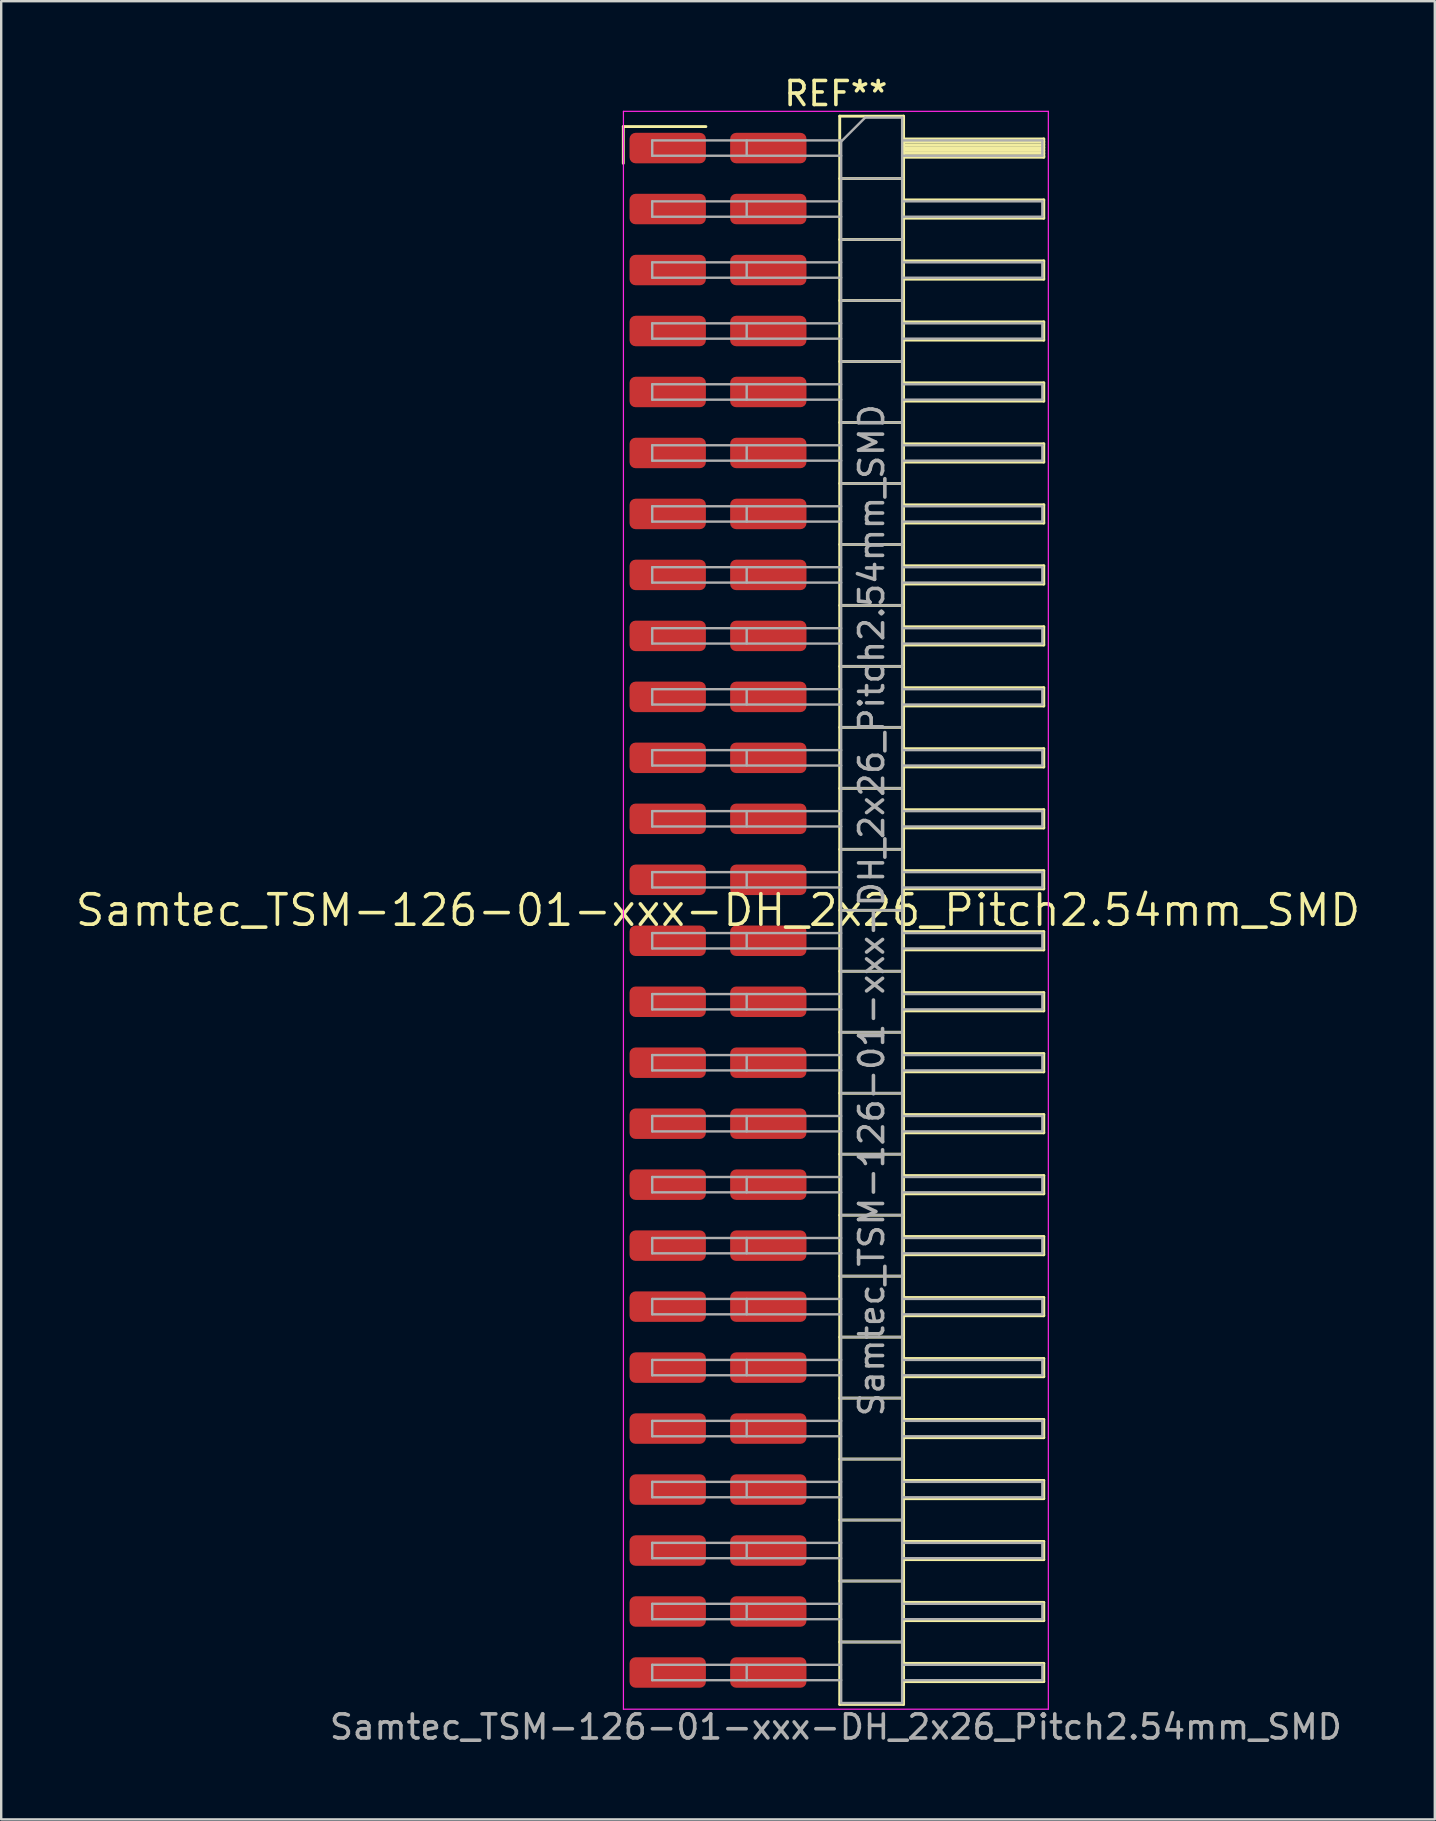
<source format=kicad_pcb>
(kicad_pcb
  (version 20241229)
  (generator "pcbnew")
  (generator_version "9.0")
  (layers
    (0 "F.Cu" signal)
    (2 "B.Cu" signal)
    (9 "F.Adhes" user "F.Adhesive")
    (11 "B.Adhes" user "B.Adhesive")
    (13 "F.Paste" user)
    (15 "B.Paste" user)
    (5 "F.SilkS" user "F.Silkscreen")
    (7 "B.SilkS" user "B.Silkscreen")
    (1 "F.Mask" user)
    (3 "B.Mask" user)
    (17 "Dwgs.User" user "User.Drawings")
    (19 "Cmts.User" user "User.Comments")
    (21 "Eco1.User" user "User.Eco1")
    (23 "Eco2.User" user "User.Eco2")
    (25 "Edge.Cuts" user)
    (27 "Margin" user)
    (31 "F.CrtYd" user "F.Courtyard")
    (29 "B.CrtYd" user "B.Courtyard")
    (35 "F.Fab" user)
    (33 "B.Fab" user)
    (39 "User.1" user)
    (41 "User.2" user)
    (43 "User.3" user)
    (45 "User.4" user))
  (footprint "Samtec_TSM-126-01-xxx-DH_2x26_Pitch2.54mm_SMD"
    (layer "F.Cu")
    (at 26.859 34.868)
    (property "Reference" "Samtec_TSM-126-01-xxx-DH_2x26_Pitch2.54mm_SMD" (at 0 0 0) (layer "F.SilkS") (effects (font (size 1.27 1.27) (thickness 0.15))))
    (attr smd)
    (fp_line (start -3.945 -32.645) (end -0.505 -32.645) (stroke (width 0.12) (type solid)) (layer "F.SilkS"))
    (fp_line (start -3.945 -31.115) (end -3.945 -32.645) (stroke (width 0.12) (type solid)) (layer "F.SilkS"))
    (fp_line (start 5.07 -33.08) (end 7.73 -33.08) (stroke (width 0.12) (type solid)) (layer "F.SilkS"))
    (fp_line (start 5.07 -30.48) (end 7.73 -30.48) (stroke (width 0.12) (type solid)) (layer "F.SilkS"))
    (fp_line (start 5.07 -27.94) (end 7.73 -27.94) (stroke (width 0.12) (type solid)) (layer "F.SilkS"))
    (fp_line (start 5.07 -25.4) (end 7.73 -25.4) (stroke (width 0.12) (type solid)) (layer "F.SilkS"))
    (fp_line (start 5.07 -22.86) (end 7.73 -22.86) (stroke (width 0.12) (type solid)) (layer "F.SilkS"))
    (fp_line (start 5.07 -20.32) (end 7.73 -20.32) (stroke (width 0.12) (type solid)) (layer "F.SilkS"))
    (fp_line (start 5.07 -17.78) (end 7.73 -17.78) (stroke (width 0.12) (type solid)) (layer "F.SilkS"))
    (fp_line (start 5.07 -15.24) (end 7.73 -15.24) (stroke (width 0.12) (type solid)) (layer "F.SilkS"))
    (fp_line (start 5.07 -12.7) (end 7.73 -12.7) (stroke (width 0.12) (type solid)) (layer "F.SilkS"))
    (fp_line (start 5.07 -10.16) (end 7.73 -10.16) (stroke (width 0.12) (type solid)) (layer "F.SilkS"))
    (fp_line (start 5.07 -7.62) (end 7.73 -7.62) (stroke (width 0.12) (type solid)) (layer "F.SilkS"))
    (fp_line (start 5.07 -5.08) (end 7.73 -5.08) (stroke (width 0.12) (type solid)) (layer "F.SilkS"))
    (fp_line (start 5.07 -2.54) (end 7.73 -2.54) (stroke (width 0.12) (type solid)) (layer "F.SilkS"))
    (fp_line (start 5.07 0) (end 7.73 0) (stroke (width 0.12) (type solid)) (layer "F.SilkS"))
    (fp_line (start 5.07 2.54) (end 7.73 2.54) (stroke (width 0.12) (type solid)) (layer "F.SilkS"))
    (fp_line (start 5.07 5.08) (end 7.73 5.08) (stroke (width 0.12) (type solid)) (layer "F.SilkS"))
    (fp_line (start 5.07 7.62) (end 7.73 7.62) (stroke (width 0.12) (type solid)) (layer "F.SilkS"))
    (fp_line (start 5.07 10.16) (end 7.73 10.16) (stroke (width 0.12) (type solid)) (layer "F.SilkS"))
    (fp_line (start 5.07 12.7) (end 7.73 12.7) (stroke (width 0.12) (type solid)) (layer "F.SilkS"))
    (fp_line (start 5.07 15.24) (end 7.73 15.24) (stroke (width 0.12) (type solid)) (layer "F.SilkS"))
    (fp_line (start 5.07 17.78) (end 7.73 17.78) (stroke (width 0.12) (type solid)) (layer "F.SilkS"))
    (fp_line (start 5.07 20.32) (end 7.73 20.32) (stroke (width 0.12) (type solid)) (layer "F.SilkS"))
    (fp_line (start 5.07 22.86) (end 7.73 22.86) (stroke (width 0.12) (type solid)) (layer "F.SilkS"))
    (fp_line (start 5.07 25.4) (end 7.73 25.4) (stroke (width 0.12) (type solid)) (layer "F.SilkS"))
    (fp_line (start 5.07 27.94) (end 7.73 27.94) (stroke (width 0.12) (type solid)) (layer "F.SilkS"))
    (fp_line (start 5.07 30.48) (end 7.73 30.48) (stroke (width 0.12) (type solid)) (layer "F.SilkS"))
    (fp_line (start 5.07 33.08) (end 5.07 -33.08) (stroke (width 0.12) (type solid)) (layer "F.SilkS"))
    (fp_line (start 7.73 -33.08) (end 7.73 33.08) (stroke (width 0.12) (type solid)) (layer "F.SilkS"))
    (fp_line (start 7.73 -32.13) (end 13.57 -32.13) (stroke (width 0.12) (type solid)) (layer "F.SilkS"))
    (fp_line (start 7.73 -32.01) (end 13.57 -32.01) (stroke (width 0.12) (type solid)) (layer "F.SilkS"))
    (fp_line (start 7.73 -31.89) (end 13.57 -31.89) (stroke (width 0.12) (type solid)) (layer "F.SilkS"))
    (fp_line (start 7.73 -31.77) (end 13.57 -31.77) (stroke (width 0.12) (type solid)) (layer "F.SilkS"))
    (fp_line (start 7.73 -31.65) (end 13.57 -31.65) (stroke (width 0.12) (type solid)) (layer "F.SilkS"))
    (fp_line (start 7.73 -31.53) (end 13.57 -31.53) (stroke (width 0.12) (type solid)) (layer "F.SilkS"))
    (fp_line (start 7.73 -31.41) (end 13.57 -31.41) (stroke (width 0.12) (type solid)) (layer "F.SilkS"))
    (fp_line (start 7.73 -31.37) (end 13.57 -31.37) (stroke (width 0.12) (type solid)) (layer "F.SilkS"))
    (fp_line (start 7.73 -29.59) (end 13.57 -29.59) (stroke (width 0.12) (type solid)) (layer "F.SilkS"))
    (fp_line (start 7.73 -28.83) (end 13.57 -28.83) (stroke (width 0.12) (type solid)) (layer "F.SilkS"))
    (fp_line (start 7.73 -27.05) (end 13.57 -27.05) (stroke (width 0.12) (type solid)) (layer "F.SilkS"))
    (fp_line (start 7.73 -26.29) (end 13.57 -26.29) (stroke (width 0.12) (type solid)) (layer "F.SilkS"))
    (fp_line (start 7.73 -24.51) (end 13.57 -24.51) (stroke (width 0.12) (type solid)) (layer "F.SilkS"))
    (fp_line (start 7.73 -23.75) (end 13.57 -23.75) (stroke (width 0.12) (type solid)) (layer "F.SilkS"))
    (fp_line (start 7.73 -21.97) (end 13.57 -21.97) (stroke (width 0.12) (type solid)) (layer "F.SilkS"))
    (fp_line (start 7.73 -21.21) (end 13.57 -21.21) (stroke (width 0.12) (type solid)) (layer "F.SilkS"))
    (fp_line (start 7.73 -19.43) (end 13.57 -19.43) (stroke (width 0.12) (type solid)) (layer "F.SilkS"))
    (fp_line (start 7.73 -18.67) (end 13.57 -18.67) (stroke (width 0.12) (type solid)) (layer "F.SilkS"))
    (fp_line (start 7.73 -16.89) (end 13.57 -16.89) (stroke (width 0.12) (type solid)) (layer "F.SilkS"))
    (fp_line (start 7.73 -16.13) (end 13.57 -16.13) (stroke (width 0.12) (type solid)) (layer "F.SilkS"))
    (fp_line (start 7.73 -14.35) (end 13.57 -14.35) (stroke (width 0.12) (type solid)) (layer "F.SilkS"))
    (fp_line (start 7.73 -13.59) (end 13.57 -13.59) (stroke (width 0.12) (type solid)) (layer "F.SilkS"))
    (fp_line (start 7.73 -11.81) (end 13.57 -11.81) (stroke (width 0.12) (type solid)) (layer "F.SilkS"))
    (fp_line (start 7.73 -11.05) (end 13.57 -11.05) (stroke (width 0.12) (type solid)) (layer "F.SilkS"))
    (fp_line (start 7.73 -9.27) (end 13.57 -9.27) (stroke (width 0.12) (type solid)) (layer "F.SilkS"))
    (fp_line (start 7.73 -8.51) (end 13.57 -8.51) (stroke (width 0.12) (type solid)) (layer "F.SilkS"))
    (fp_line (start 7.73 -6.73) (end 13.57 -6.73) (stroke (width 0.12) (type solid)) (layer "F.SilkS"))
    (fp_line (start 7.73 -5.97) (end 13.57 -5.97) (stroke (width 0.12) (type solid)) (layer "F.SilkS"))
    (fp_line (start 7.73 -4.19) (end 13.57 -4.19) (stroke (width 0.12) (type solid)) (layer "F.SilkS"))
    (fp_line (start 7.73 -3.43) (end 13.57 -3.43) (stroke (width 0.12) (type solid)) (layer "F.SilkS"))
    (fp_line (start 7.73 -1.65) (end 13.57 -1.65) (stroke (width 0.12) (type solid)) (layer "F.SilkS"))
    (fp_line (start 7.73 -0.89) (end 13.57 -0.89) (stroke (width 0.12) (type solid)) (layer "F.SilkS"))
    (fp_line (start 7.73 0.89) (end 13.57 0.89) (stroke (width 0.12) (type solid)) (layer "F.SilkS"))
    (fp_line (start 7.73 1.65) (end 13.57 1.65) (stroke (width 0.12) (type solid)) (layer "F.SilkS"))
    (fp_line (start 7.73 3.43) (end 13.57 3.43) (stroke (width 0.12) (type solid)) (layer "F.SilkS"))
    (fp_line (start 7.73 4.19) (end 13.57 4.19) (stroke (width 0.12) (type solid)) (layer "F.SilkS"))
    (fp_line (start 7.73 5.97) (end 13.57 5.97) (stroke (width 0.12) (type solid)) (layer "F.SilkS"))
    (fp_line (start 7.73 6.73) (end 13.57 6.73) (stroke (width 0.12) (type solid)) (layer "F.SilkS"))
    (fp_line (start 7.73 8.51) (end 13.57 8.51) (stroke (width 0.12) (type solid)) (layer "F.SilkS"))
    (fp_line (start 7.73 9.27) (end 13.57 9.27) (stroke (width 0.12) (type solid)) (layer "F.SilkS"))
    (fp_line (start 7.73 11.05) (end 13.57 11.05) (stroke (width 0.12) (type solid)) (layer "F.SilkS"))
    (fp_line (start 7.73 11.81) (end 13.57 11.81) (stroke (width 0.12) (type solid)) (layer "F.SilkS"))
    (fp_line (start 7.73 13.59) (end 13.57 13.59) (stroke (width 0.12) (type solid)) (layer "F.SilkS"))
    (fp_line (start 7.73 14.35) (end 13.57 14.35) (stroke (width 0.12) (type solid)) (layer "F.SilkS"))
    (fp_line (start 7.73 16.13) (end 13.57 16.13) (stroke (width 0.12) (type solid)) (layer "F.SilkS"))
    (fp_line (start 7.73 16.89) (end 13.57 16.89) (stroke (width 0.12) (type solid)) (layer "F.SilkS"))
    (fp_line (start 7.73 18.67) (end 13.57 18.67) (stroke (width 0.12) (type solid)) (layer "F.SilkS"))
    (fp_line (start 7.73 19.43) (end 13.57 19.43) (stroke (width 0.12) (type solid)) (layer "F.SilkS"))
    (fp_line (start 7.73 21.21) (end 13.57 21.21) (stroke (width 0.12) (type solid)) (layer "F.SilkS"))
    (fp_line (start 7.73 21.97) (end 13.57 21.97) (stroke (width 0.12) (type solid)) (layer "F.SilkS"))
    (fp_line (start 7.73 23.75) (end 13.57 23.75) (stroke (width 0.12) (type solid)) (layer "F.SilkS"))
    (fp_line (start 7.73 24.51) (end 13.57 24.51) (stroke (width 0.12) (type solid)) (layer "F.SilkS"))
    (fp_line (start 7.73 26.29) (end 13.57 26.29) (stroke (width 0.12) (type solid)) (layer "F.SilkS"))
    (fp_line (start 7.73 27.05) (end 13.57 27.05) (stroke (width 0.12) (type solid)) (layer "F.SilkS"))
    (fp_line (start 7.73 28.83) (end 13.57 28.83) (stroke (width 0.12) (type solid)) (layer "F.SilkS"))
    (fp_line (start 7.73 29.59) (end 13.57 29.59) (stroke (width 0.12) (type solid)) (layer "F.SilkS"))
    (fp_line (start 7.73 31.37) (end 13.57 31.37) (stroke (width 0.12) (type solid)) (layer "F.SilkS"))
    (fp_line (start 7.73 32.13) (end 13.57 32.13) (stroke (width 0.12) (type solid)) (layer "F.SilkS"))
    (fp_line (start 7.73 33.08) (end 5.07 33.08) (stroke (width 0.12) (type solid)) (layer "F.SilkS"))
    (fp_line (start 13.57 -32.13) (end 13.57 -31.37) (stroke (width 0.12) (type solid)) (layer "F.SilkS"))
    (fp_line (start 13.57 -29.59) (end 13.57 -28.83) (stroke (width 0.12) (type solid)) (layer "F.SilkS"))
    (fp_line (start 13.57 -27.05) (end 13.57 -26.29) (stroke (width 0.12) (type solid)) (layer "F.SilkS"))
    (fp_line (start 13.57 -24.51) (end 13.57 -23.75) (stroke (width 0.12) (type solid)) (layer "F.SilkS"))
    (fp_line (start 13.57 -21.97) (end 13.57 -21.21) (stroke (width 0.12) (type solid)) (layer "F.SilkS"))
    (fp_line (start 13.57 -19.43) (end 13.57 -18.67) (stroke (width 0.12) (type solid)) (layer "F.SilkS"))
    (fp_line (start 13.57 -16.89) (end 13.57 -16.13) (stroke (width 0.12) (type solid)) (layer "F.SilkS"))
    (fp_line (start 13.57 -14.35) (end 13.57 -13.59) (stroke (width 0.12) (type solid)) (layer "F.SilkS"))
    (fp_line (start 13.57 -11.81) (end 13.57 -11.05) (stroke (width 0.12) (type solid)) (layer "F.SilkS"))
    (fp_line (start 13.57 -9.27) (end 13.57 -8.51) (stroke (width 0.12) (type solid)) (layer "F.SilkS"))
    (fp_line (start 13.57 -6.73) (end 13.57 -5.97) (stroke (width 0.12) (type solid)) (layer "F.SilkS"))
    (fp_line (start 13.57 -4.19) (end 13.57 -3.43) (stroke (width 0.12) (type solid)) (layer "F.SilkS"))
    (fp_line (start 13.57 -1.65) (end 13.57 -0.89) (stroke (width 0.12) (type solid)) (layer "F.SilkS"))
    (fp_line (start 13.57 0.89) (end 13.57 1.65) (stroke (width 0.12) (type solid)) (layer "F.SilkS"))
    (fp_line (start 13.57 3.43) (end 13.57 4.19) (stroke (width 0.12) (type solid)) (layer "F.SilkS"))
    (fp_line (start 13.57 5.97) (end 13.57 6.73) (stroke (width 0.12) (type solid)) (layer "F.SilkS"))
    (fp_line (start 13.57 8.51) (end 13.57 9.27) (stroke (width 0.12) (type solid)) (layer "F.SilkS"))
    (fp_line (start 13.57 11.05) (end 13.57 11.81) (stroke (width 0.12) (type solid)) (layer "F.SilkS"))
    (fp_line (start 13.57 13.59) (end 13.57 14.35) (stroke (width 0.12) (type solid)) (layer "F.SilkS"))
    (fp_line (start 13.57 16.13) (end 13.57 16.89) (stroke (width 0.12) (type solid)) (layer "F.SilkS"))
    (fp_line (start 13.57 18.67) (end 13.57 19.43) (stroke (width 0.12) (type solid)) (layer "F.SilkS"))
    (fp_line (start 13.57 21.21) (end 13.57 21.97) (stroke (width 0.12) (type solid)) (layer "F.SilkS"))
    (fp_line (start 13.57 23.75) (end 13.57 24.51) (stroke (width 0.12) (type solid)) (layer "F.SilkS"))
    (fp_line (start 13.57 26.29) (end 13.57 27.05) (stroke (width 0.12) (type solid)) (layer "F.SilkS"))
    (fp_line (start 13.57 28.83) (end 13.57 29.59) (stroke (width 0.12) (type solid)) (layer "F.SilkS"))
    (fp_line (start 13.57 31.37) (end 13.57 32.13) (stroke (width 0.12) (type solid)) (layer "F.SilkS"))
    (fp_line (start -3.94 -33.28) (end 13.76 -33.28) (stroke (width 0.05) (type solid)) (layer "F.CrtYd"))
    (fp_line (start -3.94 33.28) (end -3.94 -33.28) (stroke (width 0.05) (type solid)) (layer "F.CrtYd"))
    (fp_line (start 13.76 -33.28) (end 13.76 33.28) (stroke (width 0.05) (type solid)) (layer "F.CrtYd"))
    (fp_line (start 13.76 33.28) (end -3.94 33.28) (stroke (width 0.05) (type solid)) (layer "F.CrtYd"))
    (fp_line (start -2.74 -32.07) (end -2.74 -31.43) (stroke (width 0.1) (type solid)) (layer "F.Fab"))
    (fp_line (start -2.74 -32.07) (end 5.13 -32.07) (stroke (width 0.1) (type solid)) (layer "F.Fab"))
    (fp_line (start -2.74 -31.43) (end 5.13 -31.43) (stroke (width 0.1) (type solid)) (layer "F.Fab"))
    (fp_line (start -2.74 -29.53) (end -2.74 -28.89) (stroke (width 0.1) (type solid)) (layer "F.Fab"))
    (fp_line (start -2.74 -29.53) (end 5.13 -29.53) (stroke (width 0.1) (type solid)) (layer "F.Fab"))
    (fp_line (start -2.74 -28.89) (end 5.13 -28.89) (stroke (width 0.1) (type solid)) (layer "F.Fab"))
    (fp_line (start -2.74 -26.99) (end -2.74 -26.35) (stroke (width 0.1) (type solid)) (layer "F.Fab"))
    (fp_line (start -2.74 -26.99) (end 5.13 -26.99) (stroke (width 0.1) (type solid)) (layer "F.Fab"))
    (fp_line (start -2.74 -26.35) (end 5.13 -26.35) (stroke (width 0.1) (type solid)) (layer "F.Fab"))
    (fp_line (start -2.74 -24.45) (end -2.74 -23.81) (stroke (width 0.1) (type solid)) (layer "F.Fab"))
    (fp_line (start -2.74 -24.45) (end 5.13 -24.45) (stroke (width 0.1) (type solid)) (layer "F.Fab"))
    (fp_line (start -2.74 -23.81) (end 5.13 -23.81) (stroke (width 0.1) (type solid)) (layer "F.Fab"))
    (fp_line (start -2.74 -21.91) (end -2.74 -21.27) (stroke (width 0.1) (type solid)) (layer "F.Fab"))
    (fp_line (start -2.74 -21.91) (end 5.13 -21.91) (stroke (width 0.1) (type solid)) (layer "F.Fab"))
    (fp_line (start -2.74 -21.27) (end 5.13 -21.27) (stroke (width 0.1) (type solid)) (layer "F.Fab"))
    (fp_line (start -2.74 -19.37) (end -2.74 -18.73) (stroke (width 0.1) (type solid)) (layer "F.Fab"))
    (fp_line (start -2.74 -19.37) (end 5.13 -19.37) (stroke (width 0.1) (type solid)) (layer "F.Fab"))
    (fp_line (start -2.74 -18.73) (end 5.13 -18.73) (stroke (width 0.1) (type solid)) (layer "F.Fab"))
    (fp_line (start -2.74 -16.83) (end -2.74 -16.19) (stroke (width 0.1) (type solid)) (layer "F.Fab"))
    (fp_line (start -2.74 -16.83) (end 5.13 -16.83) (stroke (width 0.1) (type solid)) (layer "F.Fab"))
    (fp_line (start -2.74 -16.19) (end 5.13 -16.19) (stroke (width 0.1) (type solid)) (layer "F.Fab"))
    (fp_line (start -2.74 -14.29) (end -2.74 -13.65) (stroke (width 0.1) (type solid)) (layer "F.Fab"))
    (fp_line (start -2.74 -14.29) (end 5.13 -14.29) (stroke (width 0.1) (type solid)) (layer "F.Fab"))
    (fp_line (start -2.74 -13.65) (end 5.13 -13.65) (stroke (width 0.1) (type solid)) (layer "F.Fab"))
    (fp_line (start -2.74 -11.75) (end -2.74 -11.11) (stroke (width 0.1) (type solid)) (layer "F.Fab"))
    (fp_line (start -2.74 -11.75) (end 5.13 -11.75) (stroke (width 0.1) (type solid)) (layer "F.Fab"))
    (fp_line (start -2.74 -11.11) (end 5.13 -11.11) (stroke (width 0.1) (type solid)) (layer "F.Fab"))
    (fp_line (start -2.74 -9.21) (end -2.74 -8.57) (stroke (width 0.1) (type solid)) (layer "F.Fab"))
    (fp_line (start -2.74 -9.21) (end 5.13 -9.21) (stroke (width 0.1) (type solid)) (layer "F.Fab"))
    (fp_line (start -2.74 -8.57) (end 5.13 -8.57) (stroke (width 0.1) (type solid)) (layer "F.Fab"))
    (fp_line (start -2.74 -6.67) (end -2.74 -6.03) (stroke (width 0.1) (type solid)) (layer "F.Fab"))
    (fp_line (start -2.74 -6.67) (end 5.13 -6.67) (stroke (width 0.1) (type solid)) (layer "F.Fab"))
    (fp_line (start -2.74 -6.03) (end 5.13 -6.03) (stroke (width 0.1) (type solid)) (layer "F.Fab"))
    (fp_line (start -2.74 -4.13) (end -2.74 -3.49) (stroke (width 0.1) (type solid)) (layer "F.Fab"))
    (fp_line (start -2.74 -4.13) (end 5.13 -4.13) (stroke (width 0.1) (type solid)) (layer "F.Fab"))
    (fp_line (start -2.74 -3.49) (end 5.13 -3.49) (stroke (width 0.1) (type solid)) (layer "F.Fab"))
    (fp_line (start -2.74 -1.59) (end -2.74 -0.95) (stroke (width 0.1) (type solid)) (layer "F.Fab"))
    (fp_line (start -2.74 -1.59) (end 5.13 -1.59) (stroke (width 0.1) (type solid)) (layer "F.Fab"))
    (fp_line (start -2.74 -0.95) (end 5.13 -0.95) (stroke (width 0.1) (type solid)) (layer "F.Fab"))
    (fp_line (start -2.74 0.95) (end -2.74 1.59) (stroke (width 0.1) (type solid)) (layer "F.Fab"))
    (fp_line (start -2.74 0.95) (end 5.13 0.95) (stroke (width 0.1) (type solid)) (layer "F.Fab"))
    (fp_line (start -2.74 1.59) (end 5.13 1.59) (stroke (width 0.1) (type solid)) (layer "F.Fab"))
    (fp_line (start -2.74 3.49) (end -2.74 4.13) (stroke (width 0.1) (type solid)) (layer "F.Fab"))
    (fp_line (start -2.74 3.49) (end 5.13 3.49) (stroke (width 0.1) (type solid)) (layer "F.Fab"))
    (fp_line (start -2.74 4.13) (end 5.13 4.13) (stroke (width 0.1) (type solid)) (layer "F.Fab"))
    (fp_line (start -2.74 6.03) (end -2.74 6.67) (stroke (width 0.1) (type solid)) (layer "F.Fab"))
    (fp_line (start -2.74 6.03) (end 5.13 6.03) (stroke (width 0.1) (type solid)) (layer "F.Fab"))
    (fp_line (start -2.74 6.67) (end 5.13 6.67) (stroke (width 0.1) (type solid)) (layer "F.Fab"))
    (fp_line (start -2.74 8.57) (end -2.74 9.21) (stroke (width 0.1) (type solid)) (layer "F.Fab"))
    (fp_line (start -2.74 8.57) (end 5.13 8.57) (stroke (width 0.1) (type solid)) (layer "F.Fab"))
    (fp_line (start -2.74 9.21) (end 5.13 9.21) (stroke (width 0.1) (type solid)) (layer "F.Fab"))
    (fp_line (start -2.74 11.11) (end -2.74 11.75) (stroke (width 0.1) (type solid)) (layer "F.Fab"))
    (fp_line (start -2.74 11.11) (end 5.13 11.11) (stroke (width 0.1) (type solid)) (layer "F.Fab"))
    (fp_line (start -2.74 11.75) (end 5.13 11.75) (stroke (width 0.1) (type solid)) (layer "F.Fab"))
    (fp_line (start -2.74 13.65) (end -2.74 14.29) (stroke (width 0.1) (type solid)) (layer "F.Fab"))
    (fp_line (start -2.74 13.65) (end 5.13 13.65) (stroke (width 0.1) (type solid)) (layer "F.Fab"))
    (fp_line (start -2.74 14.29) (end 5.13 14.29) (stroke (width 0.1) (type solid)) (layer "F.Fab"))
    (fp_line (start -2.74 16.19) (end -2.74 16.83) (stroke (width 0.1) (type solid)) (layer "F.Fab"))
    (fp_line (start -2.74 16.19) (end 5.13 16.19) (stroke (width 0.1) (type solid)) (layer "F.Fab"))
    (fp_line (start -2.74 16.83) (end 5.13 16.83) (stroke (width 0.1) (type solid)) (layer "F.Fab"))
    (fp_line (start -2.74 18.73) (end -2.74 19.37) (stroke (width 0.1) (type solid)) (layer "F.Fab"))
    (fp_line (start -2.74 18.73) (end 5.13 18.73) (stroke (width 0.1) (type solid)) (layer "F.Fab"))
    (fp_line (start -2.74 19.37) (end 5.13 19.37) (stroke (width 0.1) (type solid)) (layer "F.Fab"))
    (fp_line (start -2.74 21.27) (end -2.74 21.91) (stroke (width 0.1) (type solid)) (layer "F.Fab"))
    (fp_line (start -2.74 21.27) (end 5.13 21.27) (stroke (width 0.1) (type solid)) (layer "F.Fab"))
    (fp_line (start -2.74 21.91) (end 5.13 21.91) (stroke (width 0.1) (type solid)) (layer "F.Fab"))
    (fp_line (start -2.74 23.81) (end -2.74 24.45) (stroke (width 0.1) (type solid)) (layer "F.Fab"))
    (fp_line (start -2.74 23.81) (end 5.13 23.81) (stroke (width 0.1) (type solid)) (layer "F.Fab"))
    (fp_line (start -2.74 24.45) (end 5.13 24.45) (stroke (width 0.1) (type solid)) (layer "F.Fab"))
    (fp_line (start -2.74 26.35) (end -2.74 26.99) (stroke (width 0.1) (type solid)) (layer "F.Fab"))
    (fp_line (start -2.74 26.35) (end 5.13 26.35) (stroke (width 0.1) (type solid)) (layer "F.Fab"))
    (fp_line (start -2.74 26.99) (end 5.13 26.99) (stroke (width 0.1) (type solid)) (layer "F.Fab"))
    (fp_line (start -2.74 28.89) (end -2.74 29.53) (stroke (width 0.1) (type solid)) (layer "F.Fab"))
    (fp_line (start -2.74 28.89) (end 5.13 28.89) (stroke (width 0.1) (type solid)) (layer "F.Fab"))
    (fp_line (start -2.74 29.53) (end 5.13 29.53) (stroke (width 0.1) (type solid)) (layer "F.Fab"))
    (fp_line (start -2.74 31.43) (end -2.74 32.07) (stroke (width 0.1) (type solid)) (layer "F.Fab"))
    (fp_line (start -2.74 31.43) (end 5.13 31.43) (stroke (width 0.1) (type solid)) (layer "F.Fab"))
    (fp_line (start -2.74 32.07) (end 5.13 32.07) (stroke (width 0.1) (type solid)) (layer "F.Fab"))
    (fp_line (start 1.195 -32.07) (end 1.195 -31.43) (stroke (width 0.1) (type solid)) (layer "F.Fab"))
    (fp_line (start 1.195 -29.53) (end 1.195 -28.89) (stroke (width 0.1) (type solid)) (layer "F.Fab"))
    (fp_line (start 1.195 -26.99) (end 1.195 -26.35) (stroke (width 0.1) (type solid)) (layer "F.Fab"))
    (fp_line (start 1.195 -24.45) (end 1.195 -23.81) (stroke (width 0.1) (type solid)) (layer "F.Fab"))
    (fp_line (start 1.195 -21.91) (end 1.195 -21.27) (stroke (width 0.1) (type solid)) (layer "F.Fab"))
    (fp_line (start 1.195 -19.37) (end 1.195 -18.73) (stroke (width 0.1) (type solid)) (layer "F.Fab"))
    (fp_line (start 1.195 -16.83) (end 1.195 -16.19) (stroke (width 0.1) (type solid)) (layer "F.Fab"))
    (fp_line (start 1.195 -14.29) (end 1.195 -13.65) (stroke (width 0.1) (type solid)) (layer "F.Fab"))
    (fp_line (start 1.195 -11.75) (end 1.195 -11.11) (stroke (width 0.1) (type solid)) (layer "F.Fab"))
    (fp_line (start 1.195 -9.21) (end 1.195 -8.57) (stroke (width 0.1) (type solid)) (layer "F.Fab"))
    (fp_line (start 1.195 -6.67) (end 1.195 -6.03) (stroke (width 0.1) (type solid)) (layer "F.Fab"))
    (fp_line (start 1.195 -4.13) (end 1.195 -3.49) (stroke (width 0.1) (type solid)) (layer "F.Fab"))
    (fp_line (start 1.195 -1.59) (end 1.195 -0.95) (stroke (width 0.1) (type solid)) (layer "F.Fab"))
    (fp_line (start 1.195 0.95) (end 1.195 1.59) (stroke (width 0.1) (type solid)) (layer "F.Fab"))
    (fp_line (start 1.195 3.49) (end 1.195 4.13) (stroke (width 0.1) (type solid)) (layer "F.Fab"))
    (fp_line (start 1.195 6.03) (end 1.195 6.67) (stroke (width 0.1) (type solid)) (layer "F.Fab"))
    (fp_line (start 1.195 8.57) (end 1.195 9.21) (stroke (width 0.1) (type solid)) (layer "F.Fab"))
    (fp_line (start 1.195 11.11) (end 1.195 11.75) (stroke (width 0.1) (type solid)) (layer "F.Fab"))
    (fp_line (start 1.195 13.65) (end 1.195 14.29) (stroke (width 0.1) (type solid)) (layer "F.Fab"))
    (fp_line (start 1.195 16.19) (end 1.195 16.83) (stroke (width 0.1) (type solid)) (layer "F.Fab"))
    (fp_line (start 1.195 18.73) (end 1.195 19.37) (stroke (width 0.1) (type solid)) (layer "F.Fab"))
    (fp_line (start 1.195 21.27) (end 1.195 21.91) (stroke (width 0.1) (type solid)) (layer "F.Fab"))
    (fp_line (start 1.195 23.81) (end 1.195 24.45) (stroke (width 0.1) (type solid)) (layer "F.Fab"))
    (fp_line (start 1.195 26.35) (end 1.195 26.99) (stroke (width 0.1) (type solid)) (layer "F.Fab"))
    (fp_line (start 1.195 28.89) (end 1.195 29.53) (stroke (width 0.1) (type solid)) (layer "F.Fab"))
    (fp_line (start 1.195 31.43) (end 1.195 32.07) (stroke (width 0.1) (type solid)) (layer "F.Fab"))
    (fp_line (start 5.13 -32.02) (end 6.13 -33.02) (stroke (width 0.1) (type solid)) (layer "F.Fab"))
    (fp_line (start 5.13 -30.48) (end 7.67 -30.48) (stroke (width 0.1) (type solid)) (layer "F.Fab"))
    (fp_line (start 5.13 -27.94) (end 7.67 -27.94) (stroke (width 0.1) (type solid)) (layer "F.Fab"))
    (fp_line (start 5.13 -25.4) (end 7.67 -25.4) (stroke (width 0.1) (type solid)) (layer "F.Fab"))
    (fp_line (start 5.13 -22.86) (end 7.67 -22.86) (stroke (width 0.1) (type solid)) (layer "F.Fab"))
    (fp_line (start 5.13 -20.32) (end 7.67 -20.32) (stroke (width 0.1) (type solid)) (layer "F.Fab"))
    (fp_line (start 5.13 -17.78) (end 7.67 -17.78) (stroke (width 0.1) (type solid)) (layer "F.Fab"))
    (fp_line (start 5.13 -15.24) (end 7.67 -15.24) (stroke (width 0.1) (type solid)) (layer "F.Fab"))
    (fp_line (start 5.13 -12.7) (end 7.67 -12.7) (stroke (width 0.1) (type solid)) (layer "F.Fab"))
    (fp_line (start 5.13 -10.16) (end 7.67 -10.16) (stroke (width 0.1) (type solid)) (layer "F.Fab"))
    (fp_line (start 5.13 -7.62) (end 7.67 -7.62) (stroke (width 0.1) (type solid)) (layer "F.Fab"))
    (fp_line (start 5.13 -5.08) (end 7.67 -5.08) (stroke (width 0.1) (type solid)) (layer "F.Fab"))
    (fp_line (start 5.13 -2.54) (end 7.67 -2.54) (stroke (width 0.1) (type solid)) (layer "F.Fab"))
    (fp_line (start 5.13 0) (end 7.67 0) (stroke (width 0.1) (type solid)) (layer "F.Fab"))
    (fp_line (start 5.13 2.54) (end 7.67 2.54) (stroke (width 0.1) (type solid)) (layer "F.Fab"))
    (fp_line (start 5.13 5.08) (end 7.67 5.08) (stroke (width 0.1) (type solid)) (layer "F.Fab"))
    (fp_line (start 5.13 7.62) (end 7.67 7.62) (stroke (width 0.1) (type solid)) (layer "F.Fab"))
    (fp_line (start 5.13 10.16) (end 7.67 10.16) (stroke (width 0.1) (type solid)) (layer "F.Fab"))
    (fp_line (start 5.13 12.7) (end 7.67 12.7) (stroke (width 0.1) (type solid)) (layer "F.Fab"))
    (fp_line (start 5.13 15.24) (end 7.67 15.24) (stroke (width 0.1) (type solid)) (layer "F.Fab"))
    (fp_line (start 5.13 17.78) (end 7.67 17.78) (stroke (width 0.1) (type solid)) (layer "F.Fab"))
    (fp_line (start 5.13 20.32) (end 7.67 20.32) (stroke (width 0.1) (type solid)) (layer "F.Fab"))
    (fp_line (start 5.13 22.86) (end 7.67 22.86) (stroke (width 0.1) (type solid)) (layer "F.Fab"))
    (fp_line (start 5.13 25.4) (end 7.67 25.4) (stroke (width 0.1) (type solid)) (layer "F.Fab"))
    (fp_line (start 5.13 27.94) (end 7.67 27.94) (stroke (width 0.1) (type solid)) (layer "F.Fab"))
    (fp_line (start 5.13 30.48) (end 7.67 30.48) (stroke (width 0.1) (type solid)) (layer "F.Fab"))
    (fp_line (start 5.13 33.02) (end 5.13 -32.02) (stroke (width 0.1) (type solid)) (layer "F.Fab"))
    (fp_line (start 6.13 -33.02) (end 7.67 -33.02) (stroke (width 0.1) (type solid)) (layer "F.Fab"))
    (fp_line (start 7.67 -33.02) (end 7.67 33.02) (stroke (width 0.1) (type solid)) (layer "F.Fab"))
    (fp_line (start 7.67 -32.07) (end 13.51 -32.07) (stroke (width 0.1) (type solid)) (layer "F.Fab"))
    (fp_line (start 7.67 -31.43) (end 13.51 -31.43) (stroke (width 0.1) (type solid)) (layer "F.Fab"))
    (fp_line (start 7.67 -29.53) (end 13.51 -29.53) (stroke (width 0.1) (type solid)) (layer "F.Fab"))
    (fp_line (start 7.67 -28.89) (end 13.51 -28.89) (stroke (width 0.1) (type solid)) (layer "F.Fab"))
    (fp_line (start 7.67 -26.99) (end 13.51 -26.99) (stroke (width 0.1) (type solid)) (layer "F.Fab"))
    (fp_line (start 7.67 -26.35) (end 13.51 -26.35) (stroke (width 0.1) (type solid)) (layer "F.Fab"))
    (fp_line (start 7.67 -24.45) (end 13.51 -24.45) (stroke (width 0.1) (type solid)) (layer "F.Fab"))
    (fp_line (start 7.67 -23.81) (end 13.51 -23.81) (stroke (width 0.1) (type solid)) (layer "F.Fab"))
    (fp_line (start 7.67 -21.91) (end 13.51 -21.91) (stroke (width 0.1) (type solid)) (layer "F.Fab"))
    (fp_line (start 7.67 -21.27) (end 13.51 -21.27) (stroke (width 0.1) (type solid)) (layer "F.Fab"))
    (fp_line (start 7.67 -19.37) (end 13.51 -19.37) (stroke (width 0.1) (type solid)) (layer "F.Fab"))
    (fp_line (start 7.67 -18.73) (end 13.51 -18.73) (stroke (width 0.1) (type solid)) (layer "F.Fab"))
    (fp_line (start 7.67 -16.83) (end 13.51 -16.83) (stroke (width 0.1) (type solid)) (layer "F.Fab"))
    (fp_line (start 7.67 -16.19) (end 13.51 -16.19) (stroke (width 0.1) (type solid)) (layer "F.Fab"))
    (fp_line (start 7.67 -14.29) (end 13.51 -14.29) (stroke (width 0.1) (type solid)) (layer "F.Fab"))
    (fp_line (start 7.67 -13.65) (end 13.51 -13.65) (stroke (width 0.1) (type solid)) (layer "F.Fab"))
    (fp_line (start 7.67 -11.75) (end 13.51 -11.75) (stroke (width 0.1) (type solid)) (layer "F.Fab"))
    (fp_line (start 7.67 -11.11) (end 13.51 -11.11) (stroke (width 0.1) (type solid)) (layer "F.Fab"))
    (fp_line (start 7.67 -9.21) (end 13.51 -9.21) (stroke (width 0.1) (type solid)) (layer "F.Fab"))
    (fp_line (start 7.67 -8.57) (end 13.51 -8.57) (stroke (width 0.1) (type solid)) (layer "F.Fab"))
    (fp_line (start 7.67 -6.67) (end 13.51 -6.67) (stroke (width 0.1) (type solid)) (layer "F.Fab"))
    (fp_line (start 7.67 -6.03) (end 13.51 -6.03) (stroke (width 0.1) (type solid)) (layer "F.Fab"))
    (fp_line (start 7.67 -4.13) (end 13.51 -4.13) (stroke (width 0.1) (type solid)) (layer "F.Fab"))
    (fp_line (start 7.67 -3.49) (end 13.51 -3.49) (stroke (width 0.1) (type solid)) (layer "F.Fab"))
    (fp_line (start 7.67 -1.59) (end 13.51 -1.59) (stroke (width 0.1) (type solid)) (layer "F.Fab"))
    (fp_line (start 7.67 -0.95) (end 13.51 -0.95) (stroke (width 0.1) (type solid)) (layer "F.Fab"))
    (fp_line (start 7.67 0.95) (end 13.51 0.95) (stroke (width 0.1) (type solid)) (layer "F.Fab"))
    (fp_line (start 7.67 1.59) (end 13.51 1.59) (stroke (width 0.1) (type solid)) (layer "F.Fab"))
    (fp_line (start 7.67 3.49) (end 13.51 3.49) (stroke (width 0.1) (type solid)) (layer "F.Fab"))
    (fp_line (start 7.67 4.13) (end 13.51 4.13) (stroke (width 0.1) (type solid)) (layer "F.Fab"))
    (fp_line (start 7.67 6.03) (end 13.51 6.03) (stroke (width 0.1) (type solid)) (layer "F.Fab"))
    (fp_line (start 7.67 6.67) (end 13.51 6.67) (stroke (width 0.1) (type solid)) (layer "F.Fab"))
    (fp_line (start 7.67 8.57) (end 13.51 8.57) (stroke (width 0.1) (type solid)) (layer "F.Fab"))
    (fp_line (start 7.67 9.21) (end 13.51 9.21) (stroke (width 0.1) (type solid)) (layer "F.Fab"))
    (fp_line (start 7.67 11.11) (end 13.51 11.11) (stroke (width 0.1) (type solid)) (layer "F.Fab"))
    (fp_line (start 7.67 11.75) (end 13.51 11.75) (stroke (width 0.1) (type solid)) (layer "F.Fab"))
    (fp_line (start 7.67 13.65) (end 13.51 13.65) (stroke (width 0.1) (type solid)) (layer "F.Fab"))
    (fp_line (start 7.67 14.29) (end 13.51 14.29) (stroke (width 0.1) (type solid)) (layer "F.Fab"))
    (fp_line (start 7.67 16.19) (end 13.51 16.19) (stroke (width 0.1) (type solid)) (layer "F.Fab"))
    (fp_line (start 7.67 16.83) (end 13.51 16.83) (stroke (width 0.1) (type solid)) (layer "F.Fab"))
    (fp_line (start 7.67 18.73) (end 13.51 18.73) (stroke (width 0.1) (type solid)) (layer "F.Fab"))
    (fp_line (start 7.67 19.37) (end 13.51 19.37) (stroke (width 0.1) (type solid)) (layer "F.Fab"))
    (fp_line (start 7.67 21.27) (end 13.51 21.27) (stroke (width 0.1) (type solid)) (layer "F.Fab"))
    (fp_line (start 7.67 21.91) (end 13.51 21.91) (stroke (width 0.1) (type solid)) (layer "F.Fab"))
    (fp_line (start 7.67 23.81) (end 13.51 23.81) (stroke (width 0.1) (type solid)) (layer "F.Fab"))
    (fp_line (start 7.67 24.45) (end 13.51 24.45) (stroke (width 0.1) (type solid)) (layer "F.Fab"))
    (fp_line (start 7.67 26.35) (end 13.51 26.35) (stroke (width 0.1) (type solid)) (layer "F.Fab"))
    (fp_line (start 7.67 26.99) (end 13.51 26.99) (stroke (width 0.1) (type solid)) (layer "F.Fab"))
    (fp_line (start 7.67 28.89) (end 13.51 28.89) (stroke (width 0.1) (type solid)) (layer "F.Fab"))
    (fp_line (start 7.67 29.53) (end 13.51 29.53) (stroke (width 0.1) (type solid)) (layer "F.Fab"))
    (fp_line (start 7.67 31.43) (end 13.51 31.43) (stroke (width 0.1) (type solid)) (layer "F.Fab"))
    (fp_line (start 7.67 32.07) (end 13.51 32.07) (stroke (width 0.1) (type solid)) (layer "F.Fab"))
    (fp_line (start 7.67 33.02) (end 5.13 33.02) (stroke (width 0.1) (type solid)) (layer "F.Fab"))
    (fp_line (start 13.51 -32.07) (end 13.51 -31.43) (stroke (width 0.1) (type solid)) (layer "F.Fab"))
    (fp_line (start 13.51 -29.53) (end 13.51 -28.89) (stroke (width 0.1) (type solid)) (layer "F.Fab"))
    (fp_line (start 13.51 -26.99) (end 13.51 -26.35) (stroke (width 0.1) (type solid)) (layer "F.Fab"))
    (fp_line (start 13.51 -24.45) (end 13.51 -23.81) (stroke (width 0.1) (type solid)) (layer "F.Fab"))
    (fp_line (start 13.51 -21.91) (end 13.51 -21.27) (stroke (width 0.1) (type solid)) (layer "F.Fab"))
    (fp_line (start 13.51 -19.37) (end 13.51 -18.73) (stroke (width 0.1) (type solid)) (layer "F.Fab"))
    (fp_line (start 13.51 -16.83) (end 13.51 -16.19) (stroke (width 0.1) (type solid)) (layer "F.Fab"))
    (fp_line (start 13.51 -14.29) (end 13.51 -13.65) (stroke (width 0.1) (type solid)) (layer "F.Fab"))
    (fp_line (start 13.51 -11.75) (end 13.51 -11.11) (stroke (width 0.1) (type solid)) (layer "F.Fab"))
    (fp_line (start 13.51 -9.21) (end 13.51 -8.57) (stroke (width 0.1) (type solid)) (layer "F.Fab"))
    (fp_line (start 13.51 -6.67) (end 13.51 -6.03) (stroke (width 0.1) (type solid)) (layer "F.Fab"))
    (fp_line (start 13.51 -4.13) (end 13.51 -3.49) (stroke (width 0.1) (type solid)) (layer "F.Fab"))
    (fp_line (start 13.51 -1.59) (end 13.51 -0.95) (stroke (width 0.1) (type solid)) (layer "F.Fab"))
    (fp_line (start 13.51 0.95) (end 13.51 1.59) (stroke (width 0.1) (type solid)) (layer "F.Fab"))
    (fp_line (start 13.51 3.49) (end 13.51 4.13) (stroke (width 0.1) (type solid)) (layer "F.Fab"))
    (fp_line (start 13.51 6.03) (end 13.51 6.67) (stroke (width 0.1) (type solid)) (layer "F.Fab"))
    (fp_line (start 13.51 8.57) (end 13.51 9.21) (stroke (width 0.1) (type solid)) (layer "F.Fab"))
    (fp_line (start 13.51 11.11) (end 13.51 11.75) (stroke (width 0.1) (type solid)) (layer "F.Fab"))
    (fp_line (start 13.51 13.65) (end 13.51 14.29) (stroke (width 0.1) (type solid)) (layer "F.Fab"))
    (fp_line (start 13.51 16.19) (end 13.51 16.83) (stroke (width 0.1) (type solid)) (layer "F.Fab"))
    (fp_line (start 13.51 18.73) (end 13.51 19.37) (stroke (width 0.1) (type solid)) (layer "F.Fab"))
    (fp_line (start 13.51 21.27) (end 13.51 21.91) (stroke (width 0.1) (type solid)) (layer "F.Fab"))
    (fp_line (start 13.51 23.81) (end 13.51 24.45) (stroke (width 0.1) (type solid)) (layer "F.Fab"))
    (fp_line (start 13.51 26.35) (end 13.51 26.99) (stroke (width 0.1) (type solid)) (layer "F.Fab"))
    (fp_line (start 13.51 28.89) (end 13.51 29.53) (stroke (width 0.1) (type solid)) (layer "F.Fab"))
    (fp_line (start 13.51 31.43) (end 13.51 32.07) (stroke (width 0.1) (type solid)) (layer "F.Fab"))
    (fp_text user "REF**" (at 4.91 -34.02 0) (layer "F.SilkS") (effects (font (size 1 1) (thickness 0.15))))
    (fp_text user "Samtec_TSM-126-01-xxx-DH_2x26_Pitch2.54mm_SMD" (at 4.91 34.02 0) (layer "F.Fab") (effects (font (size 1 1) (thickness 0.15))))
    (fp_text user "${REFERENCE}" (at 6.4 0 90) (layer "F.Fab") (effects (font (size 1 1) (thickness 0.15))))
    (pad "1" smd roundrect (at -2.095 -31.75) (size 3.18 1.27) (layers "F.Cu" "F.Mask" "F.Paste") (roundrect_rratio 0.197))
    (pad "2" smd roundrect (at 2.095 -31.75) (size 3.18 1.27) (layers "F.Cu" "F.Mask" "F.Paste") (roundrect_rratio 0.197))
    (pad "3" smd roundrect (at -2.095 -29.21) (size 3.18 1.27) (layers "F.Cu" "F.Mask" "F.Paste") (roundrect_rratio 0.197))
    (pad "4" smd roundrect (at 2.095 -29.21) (size 3.18 1.27) (layers "F.Cu" "F.Mask" "F.Paste") (roundrect_rratio 0.197))
    (pad "5" smd roundrect (at -2.095 -26.67) (size 3.18 1.27) (layers "F.Cu" "F.Mask" "F.Paste") (roundrect_rratio 0.197))
    (pad "6" smd roundrect (at 2.095 -26.67) (size 3.18 1.27) (layers "F.Cu" "F.Mask" "F.Paste") (roundrect_rratio 0.197))
    (pad "7" smd roundrect (at -2.095 -24.13) (size 3.18 1.27) (layers "F.Cu" "F.Mask" "F.Paste") (roundrect_rratio 0.197))
    (pad "8" smd roundrect (at 2.095 -24.13) (size 3.18 1.27) (layers "F.Cu" "F.Mask" "F.Paste") (roundrect_rratio 0.197))
    (pad "9" smd roundrect (at -2.095 -21.59) (size 3.18 1.27) (layers "F.Cu" "F.Mask" "F.Paste") (roundrect_rratio 0.197))
    (pad "10" smd roundrect (at 2.095 -21.59) (size 3.18 1.27) (layers "F.Cu" "F.Mask" "F.Paste") (roundrect_rratio 0.197))
    (pad "11" smd roundrect (at -2.095 -19.05) (size 3.18 1.27) (layers "F.Cu" "F.Mask" "F.Paste") (roundrect_rratio 0.197))
    (pad "12" smd roundrect (at 2.095 -19.05) (size 3.18 1.27) (layers "F.Cu" "F.Mask" "F.Paste") (roundrect_rratio 0.197))
    (pad "13" smd roundrect (at -2.095 -16.51) (size 3.18 1.27) (layers "F.Cu" "F.Mask" "F.Paste") (roundrect_rratio 0.197))
    (pad "14" smd roundrect (at 2.095 -16.51) (size 3.18 1.27) (layers "F.Cu" "F.Mask" "F.Paste") (roundrect_rratio 0.197))
    (pad "15" smd roundrect (at -2.095 -13.97) (size 3.18 1.27) (layers "F.Cu" "F.Mask" "F.Paste") (roundrect_rratio 0.197))
    (pad "16" smd roundrect (at 2.095 -13.97) (size 3.18 1.27) (layers "F.Cu" "F.Mask" "F.Paste") (roundrect_rratio 0.197))
    (pad "17" smd roundrect (at -2.095 -11.43) (size 3.18 1.27) (layers "F.Cu" "F.Mask" "F.Paste") (roundrect_rratio 0.197))
    (pad "18" smd roundrect (at 2.095 -11.43) (size 3.18 1.27) (layers "F.Cu" "F.Mask" "F.Paste") (roundrect_rratio 0.197))
    (pad "19" smd roundrect (at -2.095 -8.89) (size 3.18 1.27) (layers "F.Cu" "F.Mask" "F.Paste") (roundrect_rratio 0.197))
    (pad "20" smd roundrect (at 2.095 -8.89) (size 3.18 1.27) (layers "F.Cu" "F.Mask" "F.Paste") (roundrect_rratio 0.197))
    (pad "21" smd roundrect (at -2.095 -6.35) (size 3.18 1.27) (layers "F.Cu" "F.Mask" "F.Paste") (roundrect_rratio 0.197))
    (pad "22" smd roundrect (at 2.095 -6.35) (size 3.18 1.27) (layers "F.Cu" "F.Mask" "F.Paste") (roundrect_rratio 0.197))
    (pad "23" smd roundrect (at -2.095 -3.81) (size 3.18 1.27) (layers "F.Cu" "F.Mask" "F.Paste") (roundrect_rratio 0.197))
    (pad "24" smd roundrect (at 2.095 -3.81) (size 3.18 1.27) (layers "F.Cu" "F.Mask" "F.Paste") (roundrect_rratio 0.197))
    (pad "25" smd roundrect (at -2.095 -1.27) (size 3.18 1.27) (layers "F.Cu" "F.Mask" "F.Paste") (roundrect_rratio 0.197))
    (pad "26" smd roundrect (at 2.095 -1.27) (size 3.18 1.27) (layers "F.Cu" "F.Mask" "F.Paste") (roundrect_rratio 0.197))
    (pad "27" smd roundrect (at -2.095 1.27) (size 3.18 1.27) (layers "F.Cu" "F.Mask" "F.Paste") (roundrect_rratio 0.197))
    (pad "28" smd roundrect (at 2.095 1.27) (size 3.18 1.27) (layers "F.Cu" "F.Mask" "F.Paste") (roundrect_rratio 0.197))
    (pad "29" smd roundrect (at -2.095 3.81) (size 3.18 1.27) (layers "F.Cu" "F.Mask" "F.Paste") (roundrect_rratio 0.197))
    (pad "30" smd roundrect (at 2.095 3.81) (size 3.18 1.27) (layers "F.Cu" "F.Mask" "F.Paste") (roundrect_rratio 0.197))
    (pad "31" smd roundrect (at -2.095 6.35) (size 3.18 1.27) (layers "F.Cu" "F.Mask" "F.Paste") (roundrect_rratio 0.197))
    (pad "32" smd roundrect (at 2.095 6.35) (size 3.18 1.27) (layers "F.Cu" "F.Mask" "F.Paste") (roundrect_rratio 0.197))
    (pad "33" smd roundrect (at -2.095 8.89) (size 3.18 1.27) (layers "F.Cu" "F.Mask" "F.Paste") (roundrect_rratio 0.197))
    (pad "34" smd roundrect (at 2.095 8.89) (size 3.18 1.27) (layers "F.Cu" "F.Mask" "F.Paste") (roundrect_rratio 0.197))
    (pad "35" smd roundrect (at -2.095 11.43) (size 3.18 1.27) (layers "F.Cu" "F.Mask" "F.Paste") (roundrect_rratio 0.197))
    (pad "36" smd roundrect (at 2.095 11.43) (size 3.18 1.27) (layers "F.Cu" "F.Mask" "F.Paste") (roundrect_rratio 0.197))
    (pad "37" smd roundrect (at -2.095 13.97) (size 3.18 1.27) (layers "F.Cu" "F.Mask" "F.Paste") (roundrect_rratio 0.197))
    (pad "38" smd roundrect (at 2.095 13.97) (size 3.18 1.27) (layers "F.Cu" "F.Mask" "F.Paste") (roundrect_rratio 0.197))
    (pad "39" smd roundrect (at -2.095 16.51) (size 3.18 1.27) (layers "F.Cu" "F.Mask" "F.Paste") (roundrect_rratio 0.197))
    (pad "40" smd roundrect (at 2.095 16.51) (size 3.18 1.27) (layers "F.Cu" "F.Mask" "F.Paste") (roundrect_rratio 0.197))
    (pad "41" smd roundrect (at -2.095 19.05) (size 3.18 1.27) (layers "F.Cu" "F.Mask" "F.Paste") (roundrect_rratio 0.197))
    (pad "42" smd roundrect (at 2.095 19.05) (size 3.18 1.27) (layers "F.Cu" "F.Mask" "F.Paste") (roundrect_rratio 0.197))
    (pad "43" smd roundrect (at -2.095 21.59) (size 3.18 1.27) (layers "F.Cu" "F.Mask" "F.Paste") (roundrect_rratio 0.197))
    (pad "44" smd roundrect (at 2.095 21.59) (size 3.18 1.27) (layers "F.Cu" "F.Mask" "F.Paste") (roundrect_rratio 0.197))
    (pad "45" smd roundrect (at -2.095 24.13) (size 3.18 1.27) (layers "F.Cu" "F.Mask" "F.Paste") (roundrect_rratio 0.197))
    (pad "46" smd roundrect (at 2.095 24.13) (size 3.18 1.27) (layers "F.Cu" "F.Mask" "F.Paste") (roundrect_rratio 0.197))
    (pad "47" smd roundrect (at -2.095 26.67) (size 3.18 1.27) (layers "F.Cu" "F.Mask" "F.Paste") (roundrect_rratio 0.197))
    (pad "48" smd roundrect (at 2.095 26.67) (size 3.18 1.27) (layers "F.Cu" "F.Mask" "F.Paste") (roundrect_rratio 0.197))
    (pad "49" smd roundrect (at -2.095 29.21) (size 3.18 1.27) (layers "F.Cu" "F.Mask" "F.Paste") (roundrect_rratio 0.197))
    (pad "50" smd roundrect (at 2.095 29.21) (size 3.18 1.27) (layers "F.Cu" "F.Mask" "F.Paste") (roundrect_rratio 0.197))
    (pad "51" smd roundrect (at -2.095 31.75) (size 3.18 1.27) (layers "F.Cu" "F.Mask" "F.Paste") (roundrect_rratio 0.197))
    (pad "52" smd roundrect (at 2.095 31.75) (size 3.18 1.27) (layers "F.Cu" "F.Mask" "F.Paste") (roundrect_rratio 0.197)))
  (gr_rect
    (start -3 -3)
    (end 56.717 72.737)
    (stroke (width 0.1) (type default))
    (fill no)
    (layer "Edge.Cuts")))
</source>
